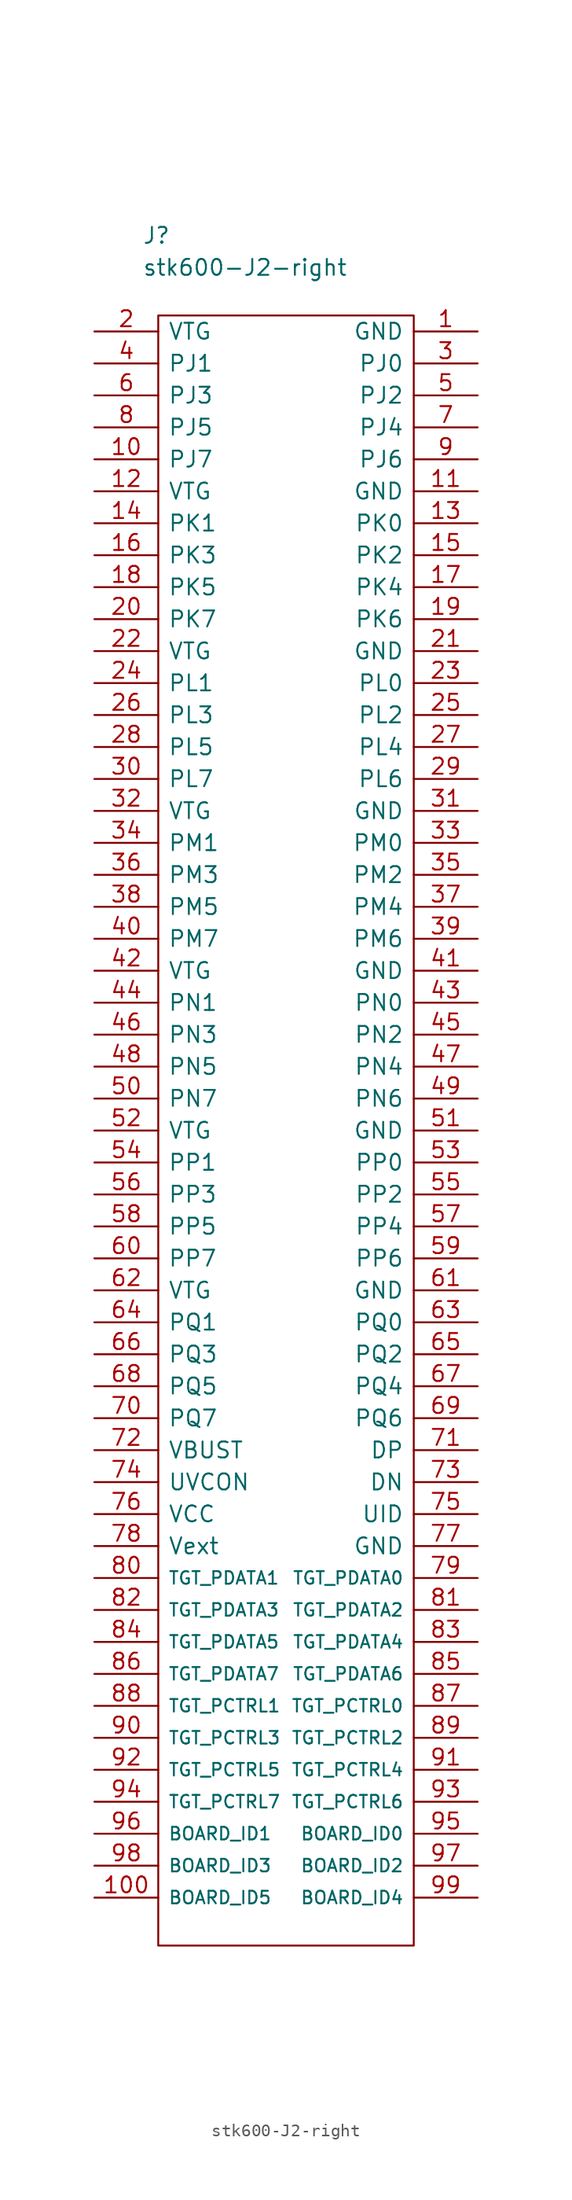
<source format=kicad_sym>
(kicad_symbol_lib
  (version 20211014)
  (generator kicad_symbol_editor)
  (symbol "stk600-J2-right"
    (pin_names
      (offset 0.762))
    (property "Reference" "J"
      (at 3.81 7.62 0)
      (effects (font (size 1.27 1.27)) (justify left)))
    (property "Value" "stk600-J2-right"
      (at 3.81 5.08 0)
      (effects (font (size 1.27 1.27)) (justify left)))
    (symbol "stk600-J2-right_0_0"
      (pin passive line (at 30.48 0 180) (length 5.08) (name "GND" (effects (font (size 1.27 1.27)))) (number "1" (effects (font (size 1.27 1.27)))))
      (pin passive line (at 0 -10.16 0) (length 5.08) (name "PJ7" (effects (font (size 1.27 1.27)))) (number "10" (effects (font (size 1.27 1.27)))))
      (pin passive line (at 0 -124.46 0) (length 5.08) (name "BOARD_ID5" (effects (font (size 1 1)))) (number "100" (effects (font (size 1.27 1.27)))))
      (pin passive line (at 30.48 -12.7 180) (length 5.08) (name "GND" (effects (font (size 1.27 1.27)))) (number "11" (effects (font (size 1.27 1.27)))))
      (pin passive line (at 0 -12.7 0) (length 5.08) (name "VTG" (effects (font (size 1.27 1.27)))) (number "12" (effects (font (size 1.27 1.27)))))
      (pin passive line (at 30.48 -15.24 180) (length 5.08) (name "PK0" (effects (font (size 1.27 1.27)))) (number "13" (effects (font (size 1.27 1.27)))))
      (pin passive line (at 0 -15.24 0) (length 5.08) (name "PK1" (effects (font (size 1.27 1.27)))) (number "14" (effects (font (size 1.27 1.27)))))
      (pin passive line (at 30.48 -17.78 180) (length 5.08) (name "PK2" (effects (font (size 1.27 1.27)))) (number "15" (effects (font (size 1.27 1.27)))))
      (pin passive line (at 0 -17.78 0) (length 5.08) (name "PK3" (effects (font (size 1.27 1.27)))) (number "16" (effects (font (size 1.27 1.27)))))
      (pin passive line (at 30.48 -20.32 180) (length 5.08) (name "PK4" (effects (font (size 1.27 1.27)))) (number "17" (effects (font (size 1.27 1.27)))))
      (pin passive line (at 0 -20.32 0) (length 5.08) (name "PK5" (effects (font (size 1.27 1.27)))) (number "18" (effects (font (size 1.27 1.27)))))
      (pin passive line (at 30.48 -22.86 180) (length 5.08) (name "PK6" (effects (font (size 1.27 1.27)))) (number "19" (effects (font (size 1.27 1.27)))))
      (pin passive line (at 0 0 0) (length 5.08) (name "VTG" (effects (font (size 1.27 1.27)))) (number "2" (effects (font (size 1.27 1.27)))))
      (pin passive line (at 0 -22.86 0) (length 5.08) (name "PK7" (effects (font (size 1.27 1.27)))) (number "20" (effects (font (size 1.27 1.27)))))
      (pin passive line (at 30.48 -25.4 180) (length 5.08) (name "GND" (effects (font (size 1.27 1.27)))) (number "21" (effects (font (size 1.27 1.27)))))
      (pin passive line (at 0 -25.4 0) (length 5.08) (name "VTG" (effects (font (size 1.27 1.27)))) (number "22" (effects (font (size 1.27 1.27)))))
      (pin passive line (at 30.48 -27.94 180) (length 5.08) (name "PL0" (effects (font (size 1.27 1.27)))) (number "23" (effects (font (size 1.27 1.27)))))
      (pin passive line (at 0 -27.94 0) (length 5.08) (name "PL1" (effects (font (size 1.27 1.27)))) (number "24" (effects (font (size 1.27 1.27)))))
      (pin passive line (at 30.48 -30.48 180) (length 5.08) (name "PL2" (effects (font (size 1.27 1.27)))) (number "25" (effects (font (size 1.27 1.27)))))
      (pin passive line (at 0 -30.48 0) (length 5.08) (name "PL3" (effects (font (size 1.27 1.27)))) (number "26" (effects (font (size 1.27 1.27)))))
      (pin passive line (at 30.48 -33.02 180) (length 5.08) (name "PL4" (effects (font (size 1.27 1.27)))) (number "27" (effects (font (size 1.27 1.27)))))
      (pin passive line (at 0 -33.02 0) (length 5.08) (name "PL5" (effects (font (size 1.27 1.27)))) (number "28" (effects (font (size 1.27 1.27)))))
      (pin passive line (at 30.48 -35.56 180) (length 5.08) (name "PL6" (effects (font (size 1.27 1.27)))) (number "29" (effects (font (size 1.27 1.27)))))
      (pin passive line (at 30.48 -2.54 180) (length 5.08) (name "PJ0" (effects (font (size 1.27 1.27)))) (number "3" (effects (font (size 1.27 1.27)))))
      (pin passive line (at 0 -35.56 0) (length 5.08) (name "PL7" (effects (font (size 1.27 1.27)))) (number "30" (effects (font (size 1.27 1.27)))))
      (pin passive line (at 30.48 -38.1 180) (length 5.08) (name "GND" (effects (font (size 1.27 1.27)))) (number "31" (effects (font (size 1.27 1.27)))))
      (pin passive line (at 0 -38.1 0) (length 5.08) (name "VTG" (effects (font (size 1.27 1.27)))) (number "32" (effects (font (size 1.27 1.27)))))
      (pin passive line (at 30.48 -40.64 180) (length 5.08) (name "PM0" (effects (font (size 1.27 1.27)))) (number "33" (effects (font (size 1.27 1.27)))))
      (pin passive line (at 0 -40.64 0) (length 5.08) (name "PM1" (effects (font (size 1.27 1.27)))) (number "34" (effects (font (size 1.27 1.27)))))
      (pin passive line (at 30.48 -43.18 180) (length 5.08) (name "PM2" (effects (font (size 1.27 1.27)))) (number "35" (effects (font (size 1.27 1.27)))))
      (pin passive line (at 0 -43.18 0) (length 5.08) (name "PM3" (effects (font (size 1.27 1.27)))) (number "36" (effects (font (size 1.27 1.27)))))
      (pin passive line (at 30.48 -45.72 180) (length 5.08) (name "PM4" (effects (font (size 1.27 1.27)))) (number "37" (effects (font (size 1.27 1.27)))))
      (pin passive line (at 0 -45.72 0) (length 5.08) (name "PM5" (effects (font (size 1.27 1.27)))) (number "38" (effects (font (size 1.27 1.27)))))
      (pin passive line (at 30.48 -48.26 180) (length 5.08) (name "PM6" (effects (font (size 1.27 1.27)))) (number "39" (effects (font (size 1.27 1.27)))))
      (pin passive line (at 0 -2.54 0) (length 5.08) (name "PJ1" (effects (font (size 1.27 1.27)))) (number "4" (effects (font (size 1.27 1.27)))))
      (pin passive line (at 0 -48.26 0) (length 5.08) (name "PM7" (effects (font (size 1.27 1.27)))) (number "40" (effects (font (size 1.27 1.27)))))
      (pin passive line (at 30.48 -50.8 180) (length 5.08) (name "GND" (effects (font (size 1.27 1.27)))) (number "41" (effects (font (size 1.27 1.27)))))
      (pin passive line (at 0 -50.8 0) (length 5.08) (name "VTG" (effects (font (size 1.27 1.27)))) (number "42" (effects (font (size 1.27 1.27)))))
      (pin passive line (at 30.48 -53.34 180) (length 5.08) (name "PN0" (effects (font (size 1.27 1.27)))) (number "43" (effects (font (size 1.27 1.27)))))
      (pin passive line (at 0 -53.34 0) (length 5.08) (name "PN1" (effects (font (size 1.27 1.27)))) (number "44" (effects (font (size 1.27 1.27)))))
      (pin passive line (at 30.48 -55.88 180) (length 5.08) (name "PN2" (effects (font (size 1.27 1.27)))) (number "45" (effects (font (size 1.27 1.27)))))
      (pin passive line (at 0 -55.88 0) (length 5.08) (name "PN3" (effects (font (size 1.27 1.27)))) (number "46" (effects (font (size 1.27 1.27)))))
      (pin passive line (at 30.48 -58.42 180) (length 5.08) (name "PN4" (effects (font (size 1.27 1.27)))) (number "47" (effects (font (size 1.27 1.27)))))
      (pin passive line (at 0 -58.42 0) (length 5.08) (name "PN5" (effects (font (size 1.27 1.27)))) (number "48" (effects (font (size 1.27 1.27)))))
      (pin passive line (at 30.48 -60.96 180) (length 5.08) (name "PN6" (effects (font (size 1.27 1.27)))) (number "49" (effects (font (size 1.27 1.27)))))
      (pin passive line (at 30.48 -5.08 180) (length 5.08) (name "PJ2" (effects (font (size 1.27 1.27)))) (number "5" (effects (font (size 1.27 1.27)))))
      (pin passive line (at 0 -60.96 0) (length 5.08) (name "PN7" (effects (font (size 1.27 1.27)))) (number "50" (effects (font (size 1.27 1.27)))))
      (pin passive line (at 30.48 -63.5 180) (length 5.08) (name "GND" (effects (font (size 1.27 1.27)))) (number "51" (effects (font (size 1.27 1.27)))))
      (pin passive line (at 0 -63.5 0) (length 5.08) (name "VTG" (effects (font (size 1.27 1.27)))) (number "52" (effects (font (size 1.27 1.27)))))
      (pin passive line (at 30.48 -66.04 180) (length 5.08) (name "PP0" (effects (font (size 1.27 1.27)))) (number "53" (effects (font (size 1.27 1.27)))))
      (pin passive line (at 0 -66.04 0) (length 5.08) (name "PP1" (effects (font (size 1.27 1.27)))) (number "54" (effects (font (size 1.27 1.27)))))
      (pin passive line (at 30.48 -68.58 180) (length 5.08) (name "PP2" (effects (font (size 1.27 1.27)))) (number "55" (effects (font (size 1.27 1.27)))))
      (pin passive line (at 0 -68.58 0) (length 5.08) (name "PP3" (effects (font (size 1.27 1.27)))) (number "56" (effects (font (size 1.27 1.27)))))
      (pin passive line (at 30.48 -71.12 180) (length 5.08) (name "PP4" (effects (font (size 1.27 1.27)))) (number "57" (effects (font (size 1.27 1.27)))))
      (pin passive line (at 0 -71.12 0) (length 5.08) (name "PP5" (effects (font (size 1.27 1.27)))) (number "58" (effects (font (size 1.27 1.27)))))
      (pin passive line (at 30.48 -73.66 180) (length 5.08) (name "PP6" (effects (font (size 1.27 1.27)))) (number "59" (effects (font (size 1.27 1.27)))))
      (pin passive line (at 0 -5.08 0) (length 5.08) (name "PJ3" (effects (font (size 1.27 1.27)))) (number "6" (effects (font (size 1.27 1.27)))))
      (pin passive line (at 0 -73.66 0) (length 5.08) (name "PP7" (effects (font (size 1.27 1.27)))) (number "60" (effects (font (size 1.27 1.27)))))
      (pin passive line (at 30.48 -76.2 180) (length 5.08) (name "GND" (effects (font (size 1.27 1.27)))) (number "61" (effects (font (size 1.27 1.27)))))
      (pin passive line (at 0 -76.2 0) (length 5.08) (name "VTG" (effects (font (size 1.27 1.27)))) (number "62" (effects (font (size 1.27 1.27)))))
      (pin passive line (at 30.48 -78.74 180) (length 5.08) (name "PQ0" (effects (font (size 1.27 1.27)))) (number "63" (effects (font (size 1.27 1.27)))))
      (pin passive line (at 0 -78.74 0) (length 5.08) (name "PQ1" (effects (font (size 1.27 1.27)))) (number "64" (effects (font (size 1.27 1.27)))))
      (pin passive line (at 30.48 -81.28 180) (length 5.08) (name "PQ2" (effects (font (size 1.27 1.27)))) (number "65" (effects (font (size 1.27 1.27)))))
      (pin passive line (at 0 -81.28 0) (length 5.08) (name "PQ3" (effects (font (size 1.27 1.27)))) (number "66" (effects (font (size 1.27 1.27)))))
      (pin passive line (at 30.48 -83.82 180) (length 5.08) (name "PQ4" (effects (font (size 1.27 1.27)))) (number "67" (effects (font (size 1.27 1.27)))))
      (pin passive line (at 0 -83.82 0) (length 5.08) (name "PQ5" (effects (font (size 1.27 1.27)))) (number "68" (effects (font (size 1.27 1.27)))))
      (pin passive line (at 30.48 -86.36 180) (length 5.08) (name "PQ6" (effects (font (size 1.27 1.27)))) (number "69" (effects (font (size 1.27 1.27)))))
      (pin passive line (at 30.48 -7.62 180) (length 5.08) (name "PJ4" (effects (font (size 1.27 1.27)))) (number "7" (effects (font (size 1.27 1.27)))))
      (pin passive line (at 0 -86.36 0) (length 5.08) (name "PQ7" (effects (font (size 1.27 1.27)))) (number "70" (effects (font (size 1.27 1.27)))))
      (pin passive line (at 30.48 -88.9 180) (length 5.08) (name "DP" (effects (font (size 1.27 1.27)))) (number "71" (effects (font (size 1.27 1.27)))))
      (pin passive line (at 0 -88.9 0) (length 5.08) (name "VBUST" (effects (font (size 1.27 1.27)))) (number "72" (effects (font (size 1.27 1.27)))))
      (pin passive line (at 30.48 -91.44 180) (length 5.08) (name "DN" (effects (font (size 1.27 1.27)))) (number "73" (effects (font (size 1.27 1.27)))))
      (pin passive line (at 0 -91.44 0) (length 5.08) (name "UVCON" (effects (font (size 1.27 1.27)))) (number "74" (effects (font (size 1.27 1.27)))))
      (pin passive line (at 30.48 -93.98 180) (length 5.08) (name "UID" (effects (font (size 1.27 1.27)))) (number "75" (effects (font (size 1.27 1.27)))))
      (pin passive line (at 0 -93.98 0) (length 5.08) (name "VCC" (effects (font (size 1.27 1.27)))) (number "76" (effects (font (size 1.27 1.27)))))
      (pin passive line (at 30.48 -96.52 180) (length 5.08) (name "GND" (effects (font (size 1.27 1.27)))) (number "77" (effects (font (size 1.27 1.27)))))
      (pin passive line (at 0 -96.52 0) (length 5.08) (name "Vext" (effects (font (size 1.27 1.27)))) (number "78" (effects (font (size 1.27 1.27)))))
      (pin passive line (at 30.48 -99.06 180) (length 5.08) (name "TGT_PDATA0" (effects (font (size 1 1)))) (number "79" (effects (font (size 1.27 1.27)))))
      (pin passive line (at 0 -7.62 0) (length 5.08) (name "PJ5" (effects (font (size 1.27 1.27)))) (number "8" (effects (font (size 1.27 1.27)))))
      (pin passive line (at 0 -99.06 0) (length 5.08) (name "TGT_PDATA1" (effects (font (size 1 1)))) (number "80" (effects (font (size 1.27 1.27)))))
      (pin passive line (at 30.48 -101.6 180) (length 5.08) (name "TGT_PDATA2" (effects (font (size 1 1)))) (number "81" (effects (font (size 1.27 1.27)))))
      (pin passive line (at 0 -101.6 0) (length 5.08) (name "TGT_PDATA3" (effects (font (size 1 1)))) (number "82" (effects (font (size 1.27 1.27)))))
      (pin passive line (at 30.48 -104.14 180) (length 5.08) (name "TGT_PDATA4" (effects (font (size 1 1)))) (number "83" (effects (font (size 1.27 1.27)))))
      (pin passive line (at 0 -104.14 0) (length 5.08) (name "TGT_PDATA5" (effects (font (size 1 1)))) (number "84" (effects (font (size 1.27 1.27)))))
      (pin passive line (at 30.48 -106.68 180) (length 5.08) (name "TGT_PDATA6" (effects (font (size 1 1)))) (number "85" (effects (font (size 1.27 1.27)))))
      (pin passive line (at 0 -106.68 0) (length 5.08) (name "TGT_PDATA7" (effects (font (size 1 1)))) (number "86" (effects (font (size 1.27 1.27)))))
      (pin passive line (at 30.48 -109.22 180) (length 5.08) (name "TGT_PCTRL0" (effects (font (size 1 1)))) (number "87" (effects (font (size 1.27 1.27)))))
      (pin passive line (at 0 -109.22 0) (length 5.08) (name "TGT_PCTRL1" (effects (font (size 1 1)))) (number "88" (effects (font (size 1.27 1.27)))))
      (pin passive line (at 30.48 -111.76 180) (length 5.08) (name "TGT_PCTRL2" (effects (font (size 1 1)))) (number "89" (effects (font (size 1.27 1.27)))))
      (pin passive line (at 30.48 -10.16 180) (length 5.08) (name "PJ6" (effects (font (size 1.27 1.27)))) (number "9" (effects (font (size 1.27 1.27)))))
      (pin passive line (at 0 -111.76 0) (length 5.08) (name "TGT_PCTRL3" (effects (font (size 1 1)))) (number "90" (effects (font (size 1.27 1.27)))))
      (pin passive line (at 30.48 -114.3 180) (length 5.08) (name "TGT_PCTRL4" (effects (font (size 1 1)))) (number "91" (effects (font (size 1.27 1.27)))))
      (pin passive line (at 0 -114.3 0) (length 5.08) (name "TGT_PCTRL5" (effects (font (size 1 1)))) (number "92" (effects (font (size 1.27 1.27)))))
      (pin passive line (at 30.48 -116.84 180) (length 5.08) (name "TGT_PCTRL6" (effects (font (size 1 1)))) (number "93" (effects (font (size 1.27 1.27)))))
      (pin passive line (at 0 -116.84 0) (length 5.08) (name "TGT_PCTRL7" (effects (font (size 1 1)))) (number "94" (effects (font (size 1.27 1.27)))))
      (pin passive line (at 30.48 -119.38 180) (length 5.08) (name "BOARD_ID0" (effects (font (size 1 1)))) (number "95" (effects (font (size 1.27 1.27)))))
      (pin passive line (at 0 -119.38 0) (length 5.08) (name "BOARD_ID1" (effects (font (size 1 1)))) (number "96" (effects (font (size 1.27 1.27)))))
      (pin passive line (at 30.48 -121.92 180) (length 5.08) (name "BOARD_ID2" (effects (font (size 1 1)))) (number "97" (effects (font (size 1.27 1.27)))))
      (pin passive line (at 0 -121.92 0) (length 5.08) (name "BOARD_ID3" (effects (font (size 1 1)))) (number "98" (effects (font (size 1.27 1.27)))))
      (pin passive line (at 30.48 -124.46 180) (length 5.08) (name "BOARD_ID4" (effects (font (size 1 1)))) (number "99" (effects (font (size 1.27 1.27))))))
    (symbol "stk600-J2-right_0_1"
      (polyline (pts (xy 5.08 1.27) (xy 25.4 1.27) (xy 25.4 -128.27) (xy 5.08 -128.27) (xy 5.08 1.27)) (stroke (width 0.152) (type default) (color 0 0 0 0)) (fill (type none))))))
</source>
